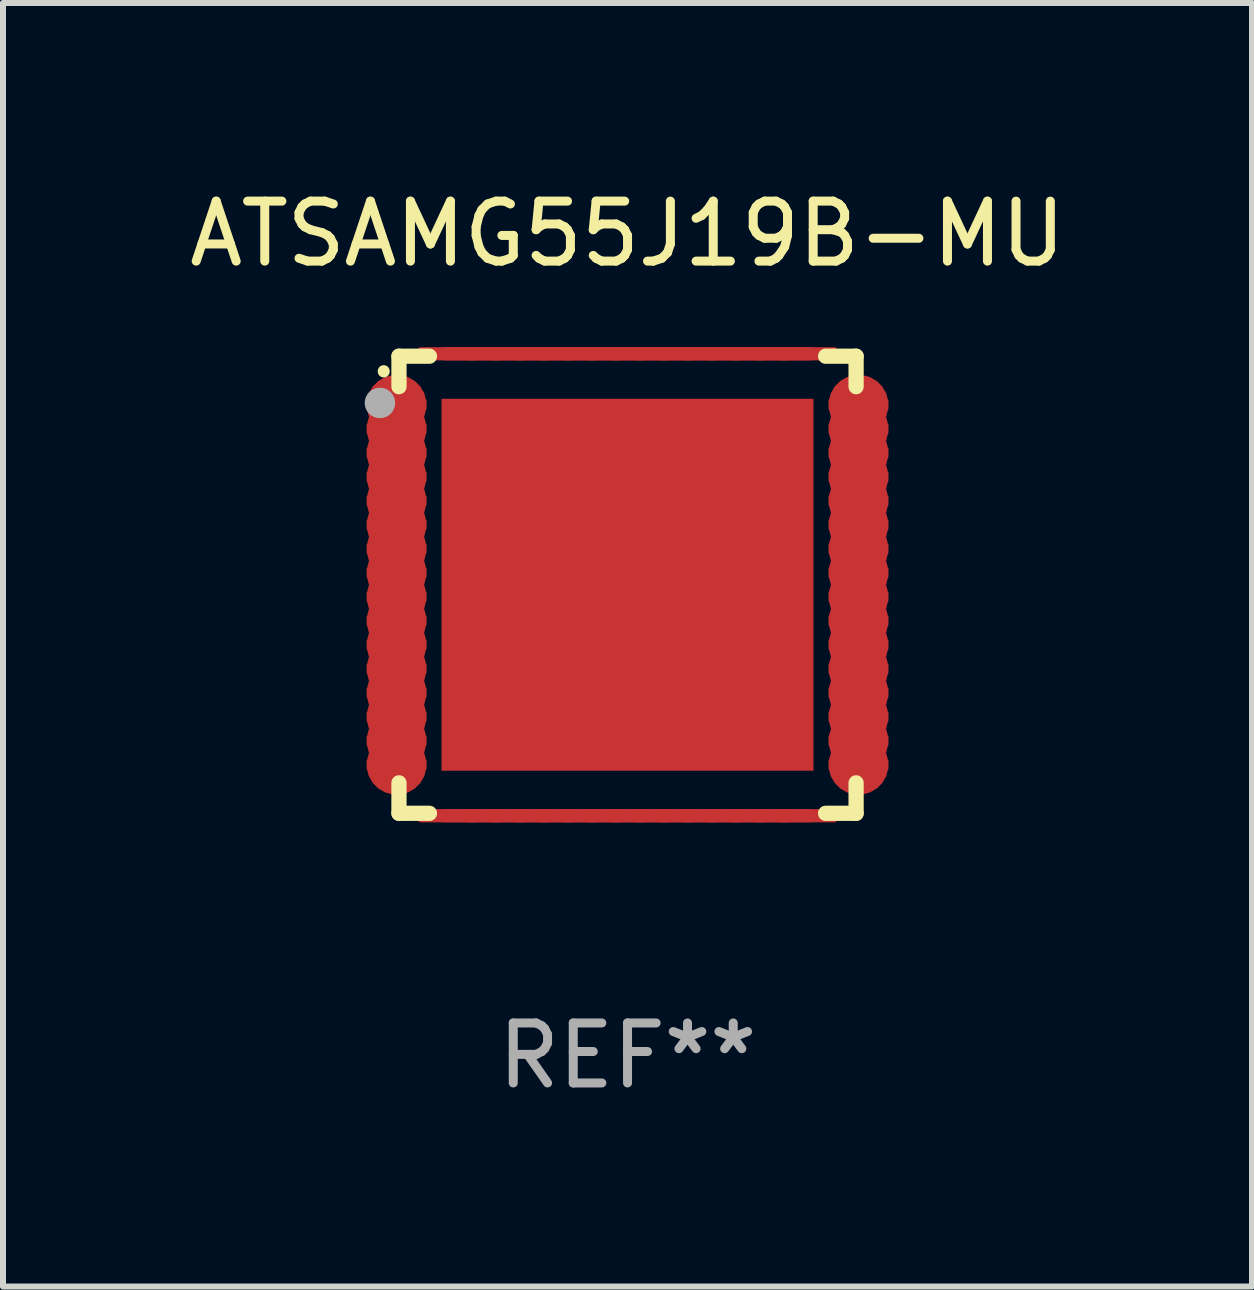
<source format=kicad_pcb>
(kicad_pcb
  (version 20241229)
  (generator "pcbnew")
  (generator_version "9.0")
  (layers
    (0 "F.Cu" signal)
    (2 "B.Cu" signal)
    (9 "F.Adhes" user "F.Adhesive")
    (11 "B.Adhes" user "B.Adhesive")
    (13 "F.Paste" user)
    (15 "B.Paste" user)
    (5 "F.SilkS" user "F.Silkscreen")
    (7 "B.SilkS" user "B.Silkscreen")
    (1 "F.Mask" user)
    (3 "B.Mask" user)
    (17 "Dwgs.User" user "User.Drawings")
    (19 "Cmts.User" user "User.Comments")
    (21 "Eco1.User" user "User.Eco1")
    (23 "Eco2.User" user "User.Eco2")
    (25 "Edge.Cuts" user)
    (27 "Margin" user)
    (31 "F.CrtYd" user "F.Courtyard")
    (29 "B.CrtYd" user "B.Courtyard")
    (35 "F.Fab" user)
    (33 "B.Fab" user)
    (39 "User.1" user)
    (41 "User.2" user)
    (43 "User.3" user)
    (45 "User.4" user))
  (footprint "ATSAMG55J19B-MU"
    (layer "F.Cu")
    (at 7.411 6.698)
    (property "Reference" "ATSAMG55J19B-MU" (at 0 -5.85 0) (layer "F.SilkS") (effects (font (size 1 1) (thickness 0.15))))
    (attr through_hole)
    (fp_line (start -3.81 -3.81) (end -3.81 -3.302) (stroke (width 0.254) (type solid)) (layer "F.SilkS"))
    (fp_line (start -3.81 3.302) (end -3.81 3.81) (stroke (width 0.254) (type solid)) (layer "F.SilkS"))
    (fp_line (start -3.81 3.81) (end -3.302 3.81) (stroke (width 0.254) (type solid)) (layer "F.SilkS"))
    (fp_line (start -3.302 -3.81) (end -3.81 -3.81) (stroke (width 0.254) (type solid)) (layer "F.SilkS"))
    (fp_line (start 3.302 -3.81) (end 3.81 -3.81) (stroke (width 0.254) (type solid)) (layer "F.SilkS"))
    (fp_line (start 3.81 -3.81) (end 3.81 -3.302) (stroke (width 0.254) (type solid)) (layer "F.SilkS"))
    (fp_line (start 3.81 3.302) (end 3.81 3.81) (stroke (width 0.254) (type solid)) (layer "F.SilkS"))
    (fp_line (start 3.81 3.81) (end 3.302 3.81) (stroke (width 0.254) (type solid)) (layer "F.SilkS"))
    (fp_arc (start -4.064008 -3.556007) (mid -4.064084 -3.558229) (end -4.06411 -3.560452) (stroke (width 0.2) (type solid)) (layer "F.SilkS"))
    (fp_circle (center -3.754 -3.759) (end -3.724 -3.759) (stroke (width 0.06) (type solid)) (fill no) (layer "F.SilkS"))
    (fp_circle (center -4.128 -3.031) (end -4.001 -3.031) (stroke (width 0.254) (type solid)) (fill no) (layer "F.Fab"))
    (fp_text user "REF**" (at 0 7.85 0) (layer "F.Fab") (effects (font (size 1 1) (thickness 0.15))))
    (pad "1" smd custom (at -3.85 -3) (size 1 0.22) (layers "F.Cu" "F.Mask" "F.Paste") (options (anchor circle)) (primitives (gr_poly (pts (xy -0.5 -0.055) (xy -0.496 -0.076) (xy -0.484 -0.094) (xy -0.466 -0.106) (xy -0.445 -0.11) (xy 0.445 -0.11) (xy 0.466 -0.106) (xy 0.484 -0.094) (xy 0.496 -0.076) (xy 0.5 -0.055) (xy 0.5 0.055) (xy 0.496 0.076) (xy 0.484 0.094) (xy 0.466 0.106) (xy 0.445 0.11) (xy -0.445 0.11) (xy -0.466 0.106) (xy -0.484 0.094) (xy -0.496 0.076) (xy -0.5 0.055)) (width 0) (fill yes))))
    (pad "2" smd custom (at -3.85 -2.6) (size 1 0.22) (layers "F.Cu" "F.Mask" "F.Paste") (options (anchor circle)) (primitives (gr_poly (pts (xy -0.5 -0.055) (xy -0.496 -0.076) (xy -0.484 -0.094) (xy -0.466 -0.106) (xy -0.445 -0.11) (xy 0.445 -0.11) (xy 0.466 -0.106) (xy 0.484 -0.094) (xy 0.496 -0.076) (xy 0.5 -0.055) (xy 0.5 0.055) (xy 0.496 0.076) (xy 0.484 0.094) (xy 0.466 0.106) (xy 0.445 0.11) (xy -0.445 0.11) (xy -0.466 0.106) (xy -0.484 0.094) (xy -0.496 0.076) (xy -0.5 0.055)) (width 0) (fill yes))))
    (pad "3" smd custom (at -3.85 -2.2) (size 1 0.22) (layers "F.Cu" "F.Mask" "F.Paste") (options (anchor circle)) (primitives (gr_poly (pts (xy -0.5 -0.055) (xy -0.496 -0.076) (xy -0.484 -0.094) (xy -0.466 -0.106) (xy -0.445 -0.11) (xy 0.445 -0.11) (xy 0.466 -0.106) (xy 0.484 -0.094) (xy 0.496 -0.076) (xy 0.5 -0.055) (xy 0.5 0.055) (xy 0.496 0.076) (xy 0.484 0.094) (xy 0.466 0.106) (xy 0.445 0.11) (xy -0.445 0.11) (xy -0.466 0.106) (xy -0.484 0.094) (xy -0.496 0.076) (xy -0.5 0.055)) (width 0) (fill yes))))
    (pad "4" smd custom (at -3.85 -1.8) (size 1 0.22) (layers "F.Cu" "F.Mask" "F.Paste") (options (anchor circle)) (primitives (gr_poly (pts (xy -0.5 -0.055) (xy -0.496 -0.076) (xy -0.484 -0.094) (xy -0.466 -0.106) (xy -0.445 -0.11) (xy 0.445 -0.11) (xy 0.466 -0.106) (xy 0.484 -0.094) (xy 0.496 -0.076) (xy 0.5 -0.055) (xy 0.5 0.055) (xy 0.496 0.076) (xy 0.484 0.094) (xy 0.466 0.106) (xy 0.445 0.11) (xy -0.445 0.11) (xy -0.466 0.106) (xy -0.484 0.094) (xy -0.496 0.076) (xy -0.5 0.055)) (width 0) (fill yes))))
    (pad "5" smd custom (at -3.85 -1.4) (size 1 0.22) (layers "F.Cu" "F.Mask" "F.Paste") (options (anchor circle)) (primitives (gr_poly (pts (xy -0.5 -0.055) (xy -0.496 -0.076) (xy -0.484 -0.094) (xy -0.466 -0.106) (xy -0.445 -0.11) (xy 0.445 -0.11) (xy 0.466 -0.106) (xy 0.484 -0.094) (xy 0.496 -0.076) (xy 0.5 -0.055) (xy 0.5 0.055) (xy 0.496 0.076) (xy 0.484 0.094) (xy 0.466 0.106) (xy 0.445 0.11) (xy -0.445 0.11) (xy -0.466 0.106) (xy -0.484 0.094) (xy -0.496 0.076) (xy -0.5 0.055)) (width 0) (fill yes))))
    (pad "6" smd custom (at -3.85 -1) (size 1 0.22) (layers "F.Cu" "F.Mask" "F.Paste") (options (anchor circle)) (primitives (gr_poly (pts (xy -0.5 -0.055) (xy -0.496 -0.076) (xy -0.484 -0.094) (xy -0.466 -0.106) (xy -0.445 -0.11) (xy 0.445 -0.11) (xy 0.466 -0.106) (xy 0.484 -0.094) (xy 0.496 -0.076) (xy 0.5 -0.055) (xy 0.5 0.055) (xy 0.496 0.076) (xy 0.484 0.094) (xy 0.466 0.106) (xy 0.445 0.11) (xy -0.445 0.11) (xy -0.466 0.106) (xy -0.484 0.094) (xy -0.496 0.076) (xy -0.5 0.055)) (width 0) (fill yes))))
    (pad "7" smd custom (at -3.85 -0.6) (size 1 0.22) (layers "F.Cu" "F.Mask" "F.Paste") (options (anchor circle)) (primitives (gr_poly (pts (xy -0.5 -0.055) (xy -0.496 -0.076) (xy -0.484 -0.094) (xy -0.466 -0.106) (xy -0.445 -0.11) (xy 0.445 -0.11) (xy 0.466 -0.106) (xy 0.484 -0.094) (xy 0.496 -0.076) (xy 0.5 -0.055) (xy 0.5 0.055) (xy 0.496 0.076) (xy 0.484 0.094) (xy 0.466 0.106) (xy 0.445 0.11) (xy -0.445 0.11) (xy -0.466 0.106) (xy -0.484 0.094) (xy -0.496 0.076) (xy -0.5 0.055)) (width 0) (fill yes))))
    (pad "8" smd custom (at -3.85 -0.2) (size 1 0.22) (layers "F.Cu" "F.Mask" "F.Paste") (options (anchor circle)) (primitives (gr_poly (pts (xy -0.5 -0.055) (xy -0.496 -0.076) (xy -0.484 -0.094) (xy -0.466 -0.106) (xy -0.445 -0.11) (xy 0.445 -0.11) (xy 0.466 -0.106) (xy 0.484 -0.094) (xy 0.496 -0.076) (xy 0.5 -0.055) (xy 0.5 0.055) (xy 0.496 0.076) (xy 0.484 0.094) (xy 0.466 0.106) (xy 0.445 0.11) (xy -0.445 0.11) (xy -0.466 0.106) (xy -0.484 0.094) (xy -0.496 0.076) (xy -0.5 0.055)) (width 0) (fill yes))))
    (pad "9" smd custom (at -3.85 0.2) (size 1 0.22) (layers "F.Cu" "F.Mask" "F.Paste") (options (anchor circle)) (primitives (gr_poly (pts (xy -0.5 -0.055) (xy -0.496 -0.076) (xy -0.484 -0.094) (xy -0.466 -0.106) (xy -0.445 -0.11) (xy 0.445 -0.11) (xy 0.466 -0.106) (xy 0.484 -0.094) (xy 0.496 -0.076) (xy 0.5 -0.055) (xy 0.5 0.055) (xy 0.496 0.076) (xy 0.484 0.094) (xy 0.466 0.106) (xy 0.445 0.11) (xy -0.445 0.11) (xy -0.466 0.106) (xy -0.484 0.094) (xy -0.496 0.076) (xy -0.5 0.055)) (width 0) (fill yes))))
    (pad "10" smd custom (at -3.85 0.6) (size 1 0.22) (layers "F.Cu" "F.Mask" "F.Paste") (options (anchor circle)) (primitives (gr_poly (pts (xy -0.5 -0.055) (xy -0.496 -0.076) (xy -0.484 -0.094) (xy -0.466 -0.106) (xy -0.445 -0.11) (xy 0.445 -0.11) (xy 0.466 -0.106) (xy 0.484 -0.094) (xy 0.496 -0.076) (xy 0.5 -0.055) (xy 0.5 0.055) (xy 0.496 0.076) (xy 0.484 0.094) (xy 0.466 0.106) (xy 0.445 0.11) (xy -0.445 0.11) (xy -0.466 0.106) (xy -0.484 0.094) (xy -0.496 0.076) (xy -0.5 0.055)) (width 0) (fill yes))))
    (pad "11" smd custom (at -3.85 1) (size 1 0.22) (layers "F.Cu" "F.Mask" "F.Paste") (options (anchor circle)) (primitives (gr_poly (pts (xy -0.5 -0.055) (xy -0.496 -0.076) (xy -0.484 -0.094) (xy -0.466 -0.106) (xy -0.445 -0.11) (xy 0.445 -0.11) (xy 0.466 -0.106) (xy 0.484 -0.094) (xy 0.496 -0.076) (xy 0.5 -0.055) (xy 0.5 0.055) (xy 0.496 0.076) (xy 0.484 0.094) (xy 0.466 0.106) (xy 0.445 0.11) (xy -0.445 0.11) (xy -0.466 0.106) (xy -0.484 0.094) (xy -0.496 0.076) (xy -0.5 0.055)) (width 0) (fill yes))))
    (pad "12" smd custom (at -3.85 1.4) (size 1 0.22) (layers "F.Cu" "F.Mask" "F.Paste") (options (anchor circle)) (primitives (gr_poly (pts (xy -0.5 -0.055) (xy -0.496 -0.076) (xy -0.484 -0.094) (xy -0.466 -0.106) (xy -0.445 -0.11) (xy 0.445 -0.11) (xy 0.466 -0.106) (xy 0.484 -0.094) (xy 0.496 -0.076) (xy 0.5 -0.055) (xy 0.5 0.055) (xy 0.496 0.076) (xy 0.484 0.094) (xy 0.466 0.106) (xy 0.445 0.11) (xy -0.445 0.11) (xy -0.466 0.106) (xy -0.484 0.094) (xy -0.496 0.076) (xy -0.5 0.055)) (width 0) (fill yes))))
    (pad "13" smd custom (at -3.85 1.8) (size 1 0.22) (layers "F.Cu" "F.Mask" "F.Paste") (options (anchor circle)) (primitives (gr_poly (pts (xy -0.5 -0.055) (xy -0.496 -0.076) (xy -0.484 -0.094) (xy -0.466 -0.106) (xy -0.445 -0.11) (xy 0.445 -0.11) (xy 0.466 -0.106) (xy 0.484 -0.094) (xy 0.496 -0.076) (xy 0.5 -0.055) (xy 0.5 0.055) (xy 0.496 0.076) (xy 0.484 0.094) (xy 0.466 0.106) (xy 0.445 0.11) (xy -0.445 0.11) (xy -0.466 0.106) (xy -0.484 0.094) (xy -0.496 0.076) (xy -0.5 0.055)) (width 0) (fill yes))))
    (pad "14" smd custom (at -3.85 2.2) (size 1 0.22) (layers "F.Cu" "F.Mask" "F.Paste") (options (anchor circle)) (primitives (gr_poly (pts (xy -0.5 -0.055) (xy -0.496 -0.076) (xy -0.484 -0.094) (xy -0.466 -0.106) (xy -0.445 -0.11) (xy 0.445 -0.11) (xy 0.466 -0.106) (xy 0.484 -0.094) (xy 0.496 -0.076) (xy 0.5 -0.055) (xy 0.5 0.055) (xy 0.496 0.076) (xy 0.484 0.094) (xy 0.466 0.106) (xy 0.445 0.11) (xy -0.445 0.11) (xy -0.466 0.106) (xy -0.484 0.094) (xy -0.496 0.076) (xy -0.5 0.055)) (width 0) (fill yes))))
    (pad "15" smd custom (at -3.85 2.6) (size 1 0.22) (layers "F.Cu" "F.Mask" "F.Paste") (options (anchor circle)) (primitives (gr_poly (pts (xy -0.5 -0.055) (xy -0.496 -0.076) (xy -0.484 -0.094) (xy -0.466 -0.106) (xy -0.445 -0.11) (xy 0.445 -0.11) (xy 0.466 -0.106) (xy 0.484 -0.094) (xy 0.496 -0.076) (xy 0.5 -0.055) (xy 0.5 0.055) (xy 0.496 0.076) (xy 0.484 0.094) (xy 0.466 0.106) (xy 0.445 0.11) (xy -0.445 0.11) (xy -0.466 0.106) (xy -0.484 0.094) (xy -0.496 0.076) (xy -0.5 0.055)) (width 0) (fill yes))))
    (pad "16" smd custom (at -3.85 3) (size 1 0.22) (layers "F.Cu" "F.Mask" "F.Paste") (options (anchor circle)) (primitives (gr_poly (pts (xy -0.5 -0.055) (xy -0.496 -0.076) (xy -0.484 -0.094) (xy -0.466 -0.106) (xy -0.445 -0.11) (xy 0.445 -0.11) (xy 0.466 -0.106) (xy 0.484 -0.094) (xy 0.496 -0.076) (xy 0.5 -0.055) (xy 0.5 0.055) (xy 0.496 0.076) (xy 0.484 0.094) (xy 0.466 0.106) (xy 0.445 0.11) (xy -0.445 0.11) (xy -0.466 0.106) (xy -0.484 0.094) (xy -0.496 0.076) (xy -0.5 0.055)) (width 0) (fill yes))))
    (pad "17" smd custom (at -3 3.85 90) (size 0.22 1) (layers "F.Cu" "F.Mask" "F.Paste") (options (anchor circle)) (primitives (gr_poly (pts (xy -0.055 0.5) (xy -0.076 0.496) (xy -0.094 0.484) (xy -0.106 0.466) (xy -0.11 0.445) (xy -0.11 -0.445) (xy -0.106 -0.466) (xy -0.094 -0.484) (xy -0.076 -0.496) (xy -0.055 -0.5) (xy 0.055 -0.5) (xy 0.076 -0.496) (xy 0.094 -0.484) (xy 0.106 -0.466) (xy 0.11 -0.445) (xy 0.11 0.445) (xy 0.106 0.466) (xy 0.094 0.484) (xy 0.076 0.496) (xy 0.055 0.5)) (width 0) (fill yes))))
    (pad "18" smd custom (at -2.6 3.85 90) (size 0.22 1) (layers "F.Cu" "F.Mask" "F.Paste") (options (anchor circle)) (primitives (gr_poly (pts (xy -0.055 0.5) (xy -0.076 0.496) (xy -0.094 0.484) (xy -0.106 0.466) (xy -0.11 0.445) (xy -0.11 -0.445) (xy -0.106 -0.466) (xy -0.094 -0.484) (xy -0.076 -0.496) (xy -0.055 -0.5) (xy 0.055 -0.5) (xy 0.076 -0.496) (xy 0.094 -0.484) (xy 0.106 -0.466) (xy 0.11 -0.445) (xy 0.11 0.445) (xy 0.106 0.466) (xy 0.094 0.484) (xy 0.076 0.496) (xy 0.055 0.5)) (width 0) (fill yes))))
    (pad "19" smd custom (at -2.2 3.85 90) (size 0.22 1) (layers "F.Cu" "F.Mask" "F.Paste") (options (anchor circle)) (primitives (gr_poly (pts (xy -0.055 0.5) (xy -0.076 0.496) (xy -0.094 0.484) (xy -0.106 0.466) (xy -0.11 0.445) (xy -0.11 -0.445) (xy -0.106 -0.466) (xy -0.094 -0.484) (xy -0.076 -0.496) (xy -0.055 -0.5) (xy 0.055 -0.5) (xy 0.076 -0.496) (xy 0.094 -0.484) (xy 0.106 -0.466) (xy 0.11 -0.445) (xy 0.11 0.445) (xy 0.106 0.466) (xy 0.094 0.484) (xy 0.076 0.496) (xy 0.055 0.5)) (width 0) (fill yes))))
    (pad "20" smd custom (at -1.8 3.85 90) (size 0.22 1) (layers "F.Cu" "F.Mask" "F.Paste") (options (anchor circle)) (primitives (gr_poly (pts (xy -0.055 0.5) (xy -0.076 0.496) (xy -0.094 0.484) (xy -0.106 0.466) (xy -0.11 0.445) (xy -0.11 -0.445) (xy -0.106 -0.466) (xy -0.094 -0.484) (xy -0.076 -0.496) (xy -0.055 -0.5) (xy 0.055 -0.5) (xy 0.076 -0.496) (xy 0.094 -0.484) (xy 0.106 -0.466) (xy 0.11 -0.445) (xy 0.11 0.445) (xy 0.106 0.466) (xy 0.094 0.484) (xy 0.076 0.496) (xy 0.055 0.5)) (width 0) (fill yes))))
    (pad "21" smd custom (at -1.4 3.85 90) (size 0.22 1) (layers "F.Cu" "F.Mask" "F.Paste") (options (anchor circle)) (primitives (gr_poly (pts (xy -0.055 0.5) (xy -0.076 0.496) (xy -0.094 0.484) (xy -0.106 0.466) (xy -0.11 0.445) (xy -0.11 -0.445) (xy -0.106 -0.466) (xy -0.094 -0.484) (xy -0.076 -0.496) (xy -0.055 -0.5) (xy 0.055 -0.5) (xy 0.076 -0.496) (xy 0.094 -0.484) (xy 0.106 -0.466) (xy 0.11 -0.445) (xy 0.11 0.445) (xy 0.106 0.466) (xy 0.094 0.484) (xy 0.076 0.496) (xy 0.055 0.5)) (width 0) (fill yes))))
    (pad "22" smd custom (at -1 3.85 90) (size 0.22 1) (layers "F.Cu" "F.Mask" "F.Paste") (options (anchor circle)) (primitives (gr_poly (pts (xy -0.055 0.5) (xy -0.076 0.496) (xy -0.094 0.484) (xy -0.106 0.466) (xy -0.11 0.445) (xy -0.11 -0.445) (xy -0.106 -0.466) (xy -0.094 -0.484) (xy -0.076 -0.496) (xy -0.055 -0.5) (xy 0.055 -0.5) (xy 0.076 -0.496) (xy 0.094 -0.484) (xy 0.106 -0.466) (xy 0.11 -0.445) (xy 0.11 0.445) (xy 0.106 0.466) (xy 0.094 0.484) (xy 0.076 0.496) (xy 0.055 0.5)) (width 0) (fill yes))))
    (pad "23" smd custom (at -0.6 3.85 90) (size 0.22 1) (layers "F.Cu" "F.Mask" "F.Paste") (options (anchor circle)) (primitives (gr_poly (pts (xy -0.055 0.5) (xy -0.076 0.496) (xy -0.094 0.484) (xy -0.106 0.466) (xy -0.11 0.445) (xy -0.11 -0.445) (xy -0.106 -0.466) (xy -0.094 -0.484) (xy -0.076 -0.496) (xy -0.055 -0.5) (xy 0.055 -0.5) (xy 0.076 -0.496) (xy 0.094 -0.484) (xy 0.106 -0.466) (xy 0.11 -0.445) (xy 0.11 0.445) (xy 0.106 0.466) (xy 0.094 0.484) (xy 0.076 0.496) (xy 0.055 0.5)) (width 0) (fill yes))))
    (pad "24" smd custom (at -0.2 3.85 90) (size 0.22 1) (layers "F.Cu" "F.Mask" "F.Paste") (options (anchor circle)) (primitives (gr_poly (pts (xy -0.055 0.5) (xy -0.076 0.496) (xy -0.094 0.484) (xy -0.106 0.466) (xy -0.11 0.445) (xy -0.11 -0.445) (xy -0.106 -0.466) (xy -0.094 -0.484) (xy -0.076 -0.496) (xy -0.055 -0.5) (xy 0.055 -0.5) (xy 0.076 -0.496) (xy 0.094 -0.484) (xy 0.106 -0.466) (xy 0.11 -0.445) (xy 0.11 0.445) (xy 0.106 0.466) (xy 0.094 0.484) (xy 0.076 0.496) (xy 0.055 0.5)) (width 0) (fill yes))))
    (pad "25" smd custom (at 0.2 3.85 90) (size 0.22 1) (layers "F.Cu" "F.Mask" "F.Paste") (options (anchor circle)) (primitives (gr_poly (pts (xy -0.055 0.5) (xy -0.076 0.496) (xy -0.094 0.484) (xy -0.106 0.466) (xy -0.11 0.445) (xy -0.11 -0.445) (xy -0.106 -0.466) (xy -0.094 -0.484) (xy -0.076 -0.496) (xy -0.055 -0.5) (xy 0.055 -0.5) (xy 0.076 -0.496) (xy 0.094 -0.484) (xy 0.106 -0.466) (xy 0.11 -0.445) (xy 0.11 0.445) (xy 0.106 0.466) (xy 0.094 0.484) (xy 0.076 0.496) (xy 0.055 0.5)) (width 0) (fill yes))))
    (pad "26" smd custom (at 0.6 3.85 90) (size 0.22 1) (layers "F.Cu" "F.Mask" "F.Paste") (options (anchor circle)) (primitives (gr_poly (pts (xy -0.055 0.5) (xy -0.076 0.496) (xy -0.094 0.484) (xy -0.106 0.466) (xy -0.11 0.445) (xy -0.11 -0.445) (xy -0.106 -0.466) (xy -0.094 -0.484) (xy -0.076 -0.496) (xy -0.055 -0.5) (xy 0.055 -0.5) (xy 0.076 -0.496) (xy 0.094 -0.484) (xy 0.106 -0.466) (xy 0.11 -0.445) (xy 0.11 0.445) (xy 0.106 0.466) (xy 0.094 0.484) (xy 0.076 0.496) (xy 0.055 0.5)) (width 0) (fill yes))))
    (pad "27" smd custom (at 1 3.85 90) (size 0.22 1) (layers "F.Cu" "F.Mask" "F.Paste") (options (anchor circle)) (primitives (gr_poly (pts (xy -0.055 0.5) (xy -0.076 0.496) (xy -0.094 0.484) (xy -0.106 0.466) (xy -0.11 0.445) (xy -0.11 -0.445) (xy -0.106 -0.466) (xy -0.094 -0.484) (xy -0.076 -0.496) (xy -0.055 -0.5) (xy 0.055 -0.5) (xy 0.076 -0.496) (xy 0.094 -0.484) (xy 0.106 -0.466) (xy 0.11 -0.445) (xy 0.11 0.445) (xy 0.106 0.466) (xy 0.094 0.484) (xy 0.076 0.496) (xy 0.055 0.5)) (width 0) (fill yes))))
    (pad "28" smd custom (at 1.4 3.85 90) (size 0.22 1) (layers "F.Cu" "F.Mask" "F.Paste") (options (anchor circle)) (primitives (gr_poly (pts (xy -0.055 0.5) (xy -0.076 0.496) (xy -0.094 0.484) (xy -0.106 0.466) (xy -0.11 0.445) (xy -0.11 -0.445) (xy -0.106 -0.466) (xy -0.094 -0.484) (xy -0.076 -0.496) (xy -0.055 -0.5) (xy 0.055 -0.5) (xy 0.076 -0.496) (xy 0.094 -0.484) (xy 0.106 -0.466) (xy 0.11 -0.445) (xy 0.11 0.445) (xy 0.106 0.466) (xy 0.094 0.484) (xy 0.076 0.496) (xy 0.055 0.5)) (width 0) (fill yes))))
    (pad "29" smd custom (at 1.8 3.85 90) (size 0.22 1) (layers "F.Cu" "F.Mask" "F.Paste") (options (anchor circle)) (primitives (gr_poly (pts (xy -0.055 0.5) (xy -0.076 0.496) (xy -0.094 0.484) (xy -0.106 0.466) (xy -0.11 0.445) (xy -0.11 -0.445) (xy -0.106 -0.466) (xy -0.094 -0.484) (xy -0.076 -0.496) (xy -0.055 -0.5) (xy 0.055 -0.5) (xy 0.076 -0.496) (xy 0.094 -0.484) (xy 0.106 -0.466) (xy 0.11 -0.445) (xy 0.11 0.445) (xy 0.106 0.466) (xy 0.094 0.484) (xy 0.076 0.496) (xy 0.055 0.5)) (width 0) (fill yes))))
    (pad "30" smd custom (at 2.2 3.85 90) (size 0.22 1) (layers "F.Cu" "F.Mask" "F.Paste") (options (anchor circle)) (primitives (gr_poly (pts (xy -0.055 0.5) (xy -0.076 0.496) (xy -0.094 0.484) (xy -0.106 0.466) (xy -0.11 0.445) (xy -0.11 -0.445) (xy -0.106 -0.466) (xy -0.094 -0.484) (xy -0.076 -0.496) (xy -0.055 -0.5) (xy 0.055 -0.5) (xy 0.076 -0.496) (xy 0.094 -0.484) (xy 0.106 -0.466) (xy 0.11 -0.445) (xy 0.11 0.445) (xy 0.106 0.466) (xy 0.094 0.484) (xy 0.076 0.496) (xy 0.055 0.5)) (width 0) (fill yes))))
    (pad "31" smd custom (at 2.6 3.85 90) (size 0.22 1) (layers "F.Cu" "F.Mask" "F.Paste") (options (anchor circle)) (primitives (gr_poly (pts (xy -0.055 0.5) (xy -0.076 0.496) (xy -0.094 0.484) (xy -0.106 0.466) (xy -0.11 0.445) (xy -0.11 -0.445) (xy -0.106 -0.466) (xy -0.094 -0.484) (xy -0.076 -0.496) (xy -0.055 -0.5) (xy 0.055 -0.5) (xy 0.076 -0.496) (xy 0.094 -0.484) (xy 0.106 -0.466) (xy 0.11 -0.445) (xy 0.11 0.445) (xy 0.106 0.466) (xy 0.094 0.484) (xy 0.076 0.496) (xy 0.055 0.5)) (width 0) (fill yes))))
    (pad "32" smd custom (at 3 3.85 90) (size 0.22 1) (layers "F.Cu" "F.Mask" "F.Paste") (options (anchor circle)) (primitives (gr_poly (pts (xy -0.055 0.5) (xy -0.076 0.496) (xy -0.094 0.484) (xy -0.106 0.466) (xy -0.11 0.445) (xy -0.11 -0.445) (xy -0.106 -0.466) (xy -0.094 -0.484) (xy -0.076 -0.496) (xy -0.055 -0.5) (xy 0.055 -0.5) (xy 0.076 -0.496) (xy 0.094 -0.484) (xy 0.106 -0.466) (xy 0.11 -0.445) (xy 0.11 0.445) (xy 0.106 0.466) (xy 0.094 0.484) (xy 0.076 0.496) (xy 0.055 0.5)) (width 0) (fill yes))))
    (pad "33" smd custom (at 3.85 3) (size 1 0.22) (layers "F.Cu" "F.Mask" "F.Paste") (options (anchor circle)) (primitives (gr_poly (pts (xy -0.5 -0.055) (xy -0.496 -0.076) (xy -0.484 -0.094) (xy -0.466 -0.106) (xy -0.445 -0.11) (xy 0.445 -0.11) (xy 0.466 -0.106) (xy 0.484 -0.094) (xy 0.496 -0.076) (xy 0.5 -0.055) (xy 0.5 0.055) (xy 0.496 0.076) (xy 0.484 0.094) (xy 0.466 0.106) (xy 0.445 0.11) (xy -0.445 0.11) (xy -0.466 0.106) (xy -0.484 0.094) (xy -0.496 0.076) (xy -0.5 0.055)) (width 0) (fill yes))))
    (pad "34" smd custom (at 3.85 2.6) (size 1 0.22) (layers "F.Cu" "F.Mask" "F.Paste") (options (anchor circle)) (primitives (gr_poly (pts (xy -0.5 -0.055) (xy -0.496 -0.076) (xy -0.484 -0.094) (xy -0.466 -0.106) (xy -0.445 -0.11) (xy 0.445 -0.11) (xy 0.466 -0.106) (xy 0.484 -0.094) (xy 0.496 -0.076) (xy 0.5 -0.055) (xy 0.5 0.055) (xy 0.496 0.076) (xy 0.484 0.094) (xy 0.466 0.106) (xy 0.445 0.11) (xy -0.445 0.11) (xy -0.466 0.106) (xy -0.484 0.094) (xy -0.496 0.076) (xy -0.5 0.055)) (width 0) (fill yes))))
    (pad "35" smd custom (at 3.85 2.2) (size 1 0.22) (layers "F.Cu" "F.Mask" "F.Paste") (options (anchor circle)) (primitives (gr_poly (pts (xy -0.5 -0.055) (xy -0.496 -0.076) (xy -0.484 -0.094) (xy -0.466 -0.106) (xy -0.445 -0.11) (xy 0.445 -0.11) (xy 0.466 -0.106) (xy 0.484 -0.094) (xy 0.496 -0.076) (xy 0.5 -0.055) (xy 0.5 0.055) (xy 0.496 0.076) (xy 0.484 0.094) (xy 0.466 0.106) (xy 0.445 0.11) (xy -0.445 0.11) (xy -0.466 0.106) (xy -0.484 0.094) (xy -0.496 0.076) (xy -0.5 0.055)) (width 0) (fill yes))))
    (pad "36" smd custom (at 3.85 1.8) (size 1 0.22) (layers "F.Cu" "F.Mask" "F.Paste") (options (anchor circle)) (primitives (gr_poly (pts (xy -0.5 -0.055) (xy -0.496 -0.076) (xy -0.484 -0.094) (xy -0.466 -0.106) (xy -0.445 -0.11) (xy 0.445 -0.11) (xy 0.466 -0.106) (xy 0.484 -0.094) (xy 0.496 -0.076) (xy 0.5 -0.055) (xy 0.5 0.055) (xy 0.496 0.076) (xy 0.484 0.094) (xy 0.466 0.106) (xy 0.445 0.11) (xy -0.445 0.11) (xy -0.466 0.106) (xy -0.484 0.094) (xy -0.496 0.076) (xy -0.5 0.055)) (width 0) (fill yes))))
    (pad "37" smd custom (at 3.85 1.4) (size 1 0.22) (layers "F.Cu" "F.Mask" "F.Paste") (options (anchor circle)) (primitives (gr_poly (pts (xy -0.5 -0.055) (xy -0.496 -0.076) (xy -0.484 -0.094) (xy -0.466 -0.106) (xy -0.445 -0.11) (xy 0.445 -0.11) (xy 0.466 -0.106) (xy 0.484 -0.094) (xy 0.496 -0.076) (xy 0.5 -0.055) (xy 0.5 0.055) (xy 0.496 0.076) (xy 0.484 0.094) (xy 0.466 0.106) (xy 0.445 0.11) (xy -0.445 0.11) (xy -0.466 0.106) (xy -0.484 0.094) (xy -0.496 0.076) (xy -0.5 0.055)) (width 0) (fill yes))))
    (pad "38" smd custom (at 3.85 1) (size 1 0.22) (layers "F.Cu" "F.Mask" "F.Paste") (options (anchor circle)) (primitives (gr_poly (pts (xy -0.5 -0.055) (xy -0.496 -0.076) (xy -0.484 -0.094) (xy -0.466 -0.106) (xy -0.445 -0.11) (xy 0.445 -0.11) (xy 0.466 -0.106) (xy 0.484 -0.094) (xy 0.496 -0.076) (xy 0.5 -0.055) (xy 0.5 0.055) (xy 0.496 0.076) (xy 0.484 0.094) (xy 0.466 0.106) (xy 0.445 0.11) (xy -0.445 0.11) (xy -0.466 0.106) (xy -0.484 0.094) (xy -0.496 0.076) (xy -0.5 0.055)) (width 0) (fill yes))))
    (pad "39" smd custom (at 3.85 0.6) (size 1 0.22) (layers "F.Cu" "F.Mask" "F.Paste") (options (anchor circle)) (primitives (gr_poly (pts (xy -0.5 -0.055) (xy -0.496 -0.076) (xy -0.484 -0.094) (xy -0.466 -0.106) (xy -0.445 -0.11) (xy 0.445 -0.11) (xy 0.466 -0.106) (xy 0.484 -0.094) (xy 0.496 -0.076) (xy 0.5 -0.055) (xy 0.5 0.055) (xy 0.496 0.076) (xy 0.484 0.094) (xy 0.466 0.106) (xy 0.445 0.11) (xy -0.445 0.11) (xy -0.466 0.106) (xy -0.484 0.094) (xy -0.496 0.076) (xy -0.5 0.055)) (width 0) (fill yes))))
    (pad "40" smd custom (at 3.85 0.2) (size 1 0.22) (layers "F.Cu" "F.Mask" "F.Paste") (options (anchor circle)) (primitives (gr_poly (pts (xy -0.5 -0.055) (xy -0.496 -0.076) (xy -0.484 -0.094) (xy -0.466 -0.106) (xy -0.445 -0.11) (xy 0.445 -0.11) (xy 0.466 -0.106) (xy 0.484 -0.094) (xy 0.496 -0.076) (xy 0.5 -0.055) (xy 0.5 0.055) (xy 0.496 0.076) (xy 0.484 0.094) (xy 0.466 0.106) (xy 0.445 0.11) (xy -0.445 0.11) (xy -0.466 0.106) (xy -0.484 0.094) (xy -0.496 0.076) (xy -0.5 0.055)) (width 0) (fill yes))))
    (pad "41" smd custom (at 3.85 -0.2) (size 1 0.22) (layers "F.Cu" "F.Mask" "F.Paste") (options (anchor circle)) (primitives (gr_poly (pts (xy -0.5 -0.055) (xy -0.496 -0.076) (xy -0.484 -0.094) (xy -0.466 -0.106) (xy -0.445 -0.11) (xy 0.445 -0.11) (xy 0.466 -0.106) (xy 0.484 -0.094) (xy 0.496 -0.076) (xy 0.5 -0.055) (xy 0.5 0.055) (xy 0.496 0.076) (xy 0.484 0.094) (xy 0.466 0.106) (xy 0.445 0.11) (xy -0.445 0.11) (xy -0.466 0.106) (xy -0.484 0.094) (xy -0.496 0.076) (xy -0.5 0.055)) (width 0) (fill yes))))
    (pad "42" smd custom (at 3.85 -0.6) (size 1 0.22) (layers "F.Cu" "F.Mask" "F.Paste") (options (anchor circle)) (primitives (gr_poly (pts (xy -0.5 -0.055) (xy -0.496 -0.076) (xy -0.484 -0.094) (xy -0.466 -0.106) (xy -0.445 -0.11) (xy 0.445 -0.11) (xy 0.466 -0.106) (xy 0.484 -0.094) (xy 0.496 -0.076) (xy 0.5 -0.055) (xy 0.5 0.055) (xy 0.496 0.076) (xy 0.484 0.094) (xy 0.466 0.106) (xy 0.445 0.11) (xy -0.445 0.11) (xy -0.466 0.106) (xy -0.484 0.094) (xy -0.496 0.076) (xy -0.5 0.055)) (width 0) (fill yes))))
    (pad "43" smd custom (at 3.85 -1) (size 1 0.22) (layers "F.Cu" "F.Mask" "F.Paste") (options (anchor circle)) (primitives (gr_poly (pts (xy -0.5 -0.055) (xy -0.496 -0.076) (xy -0.484 -0.094) (xy -0.466 -0.106) (xy -0.445 -0.11) (xy 0.445 -0.11) (xy 0.466 -0.106) (xy 0.484 -0.094) (xy 0.496 -0.076) (xy 0.5 -0.055) (xy 0.5 0.055) (xy 0.496 0.076) (xy 0.484 0.094) (xy 0.466 0.106) (xy 0.445 0.11) (xy -0.445 0.11) (xy -0.466 0.106) (xy -0.484 0.094) (xy -0.496 0.076) (xy -0.5 0.055)) (width 0) (fill yes))))
    (pad "44" smd custom (at 3.85 -1.4) (size 1 0.22) (layers "F.Cu" "F.Mask" "F.Paste") (options (anchor circle)) (primitives (gr_poly (pts (xy -0.5 -0.055) (xy -0.496 -0.076) (xy -0.484 -0.094) (xy -0.466 -0.106) (xy -0.445 -0.11) (xy 0.445 -0.11) (xy 0.466 -0.106) (xy 0.484 -0.094) (xy 0.496 -0.076) (xy 0.5 -0.055) (xy 0.5 0.055) (xy 0.496 0.076) (xy 0.484 0.094) (xy 0.466 0.106) (xy 0.445 0.11) (xy -0.445 0.11) (xy -0.466 0.106) (xy -0.484 0.094) (xy -0.496 0.076) (xy -0.5 0.055)) (width 0) (fill yes))))
    (pad "45" smd custom (at 3.85 -1.8) (size 1 0.22) (layers "F.Cu" "F.Mask" "F.Paste") (options (anchor circle)) (primitives (gr_poly (pts (xy -0.5 -0.055) (xy -0.496 -0.076) (xy -0.484 -0.094) (xy -0.466 -0.106) (xy -0.445 -0.11) (xy 0.445 -0.11) (xy 0.466 -0.106) (xy 0.484 -0.094) (xy 0.496 -0.076) (xy 0.5 -0.055) (xy 0.5 0.055) (xy 0.496 0.076) (xy 0.484 0.094) (xy 0.466 0.106) (xy 0.445 0.11) (xy -0.445 0.11) (xy -0.466 0.106) (xy -0.484 0.094) (xy -0.496 0.076) (xy -0.5 0.055)) (width 0) (fill yes))))
    (pad "46" smd custom (at 3.85 -2.2) (size 1 0.22) (layers "F.Cu" "F.Mask" "F.Paste") (options (anchor circle)) (primitives (gr_poly (pts (xy -0.5 -0.055) (xy -0.496 -0.076) (xy -0.484 -0.094) (xy -0.466 -0.106) (xy -0.445 -0.11) (xy 0.445 -0.11) (xy 0.466 -0.106) (xy 0.484 -0.094) (xy 0.496 -0.076) (xy 0.5 -0.055) (xy 0.5 0.055) (xy 0.496 0.076) (xy 0.484 0.094) (xy 0.466 0.106) (xy 0.445 0.11) (xy -0.445 0.11) (xy -0.466 0.106) (xy -0.484 0.094) (xy -0.496 0.076) (xy -0.5 0.055)) (width 0) (fill yes))))
    (pad "47" smd custom (at 3.85 -2.6) (size 1 0.22) (layers "F.Cu" "F.Mask" "F.Paste") (options (anchor circle)) (primitives (gr_poly (pts (xy -0.5 -0.055) (xy -0.496 -0.076) (xy -0.484 -0.094) (xy -0.466 -0.106) (xy -0.445 -0.11) (xy 0.445 -0.11) (xy 0.466 -0.106) (xy 0.484 -0.094) (xy 0.496 -0.076) (xy 0.5 -0.055) (xy 0.5 0.055) (xy 0.496 0.076) (xy 0.484 0.094) (xy 0.466 0.106) (xy 0.445 0.11) (xy -0.445 0.11) (xy -0.466 0.106) (xy -0.484 0.094) (xy -0.496 0.076) (xy -0.5 0.055)) (width 0) (fill yes))))
    (pad "48" smd custom (at 3.85 -3) (size 1 0.22) (layers "F.Cu" "F.Mask" "F.Paste") (options (anchor circle)) (primitives (gr_poly (pts (xy -0.5 -0.055) (xy -0.496 -0.076) (xy -0.484 -0.094) (xy -0.466 -0.106) (xy -0.445 -0.11) (xy 0.445 -0.11) (xy 0.466 -0.106) (xy 0.484 -0.094) (xy 0.496 -0.076) (xy 0.5 -0.055) (xy 0.5 0.055) (xy 0.496 0.076) (xy 0.484 0.094) (xy 0.466 0.106) (xy 0.445 0.11) (xy -0.445 0.11) (xy -0.466 0.106) (xy -0.484 0.094) (xy -0.496 0.076) (xy -0.5 0.055)) (width 0) (fill yes))))
    (pad "49" smd custom (at 3 -3.85 90) (size 0.22 1) (layers "F.Cu" "F.Mask" "F.Paste") (options (anchor circle)) (primitives (gr_poly (pts (xy -0.055 0.5) (xy -0.076 0.496) (xy -0.094 0.484) (xy -0.106 0.466) (xy -0.11 0.445) (xy -0.11 -0.445) (xy -0.106 -0.466) (xy -0.094 -0.484) (xy -0.076 -0.496) (xy -0.055 -0.5) (xy 0.055 -0.5) (xy 0.076 -0.496) (xy 0.094 -0.484) (xy 0.106 -0.466) (xy 0.11 -0.445) (xy 0.11 0.445) (xy 0.106 0.466) (xy 0.094 0.484) (xy 0.076 0.496) (xy 0.055 0.5)) (width 0) (fill yes))))
    (pad "50" smd custom (at 2.6 -3.85 90) (size 0.22 1) (layers "F.Cu" "F.Mask" "F.Paste") (options (anchor circle)) (primitives (gr_poly (pts (xy -0.055 0.5) (xy -0.076 0.496) (xy -0.094 0.484) (xy -0.106 0.466) (xy -0.11 0.445) (xy -0.11 -0.445) (xy -0.106 -0.466) (xy -0.094 -0.484) (xy -0.076 -0.496) (xy -0.055 -0.5) (xy 0.055 -0.5) (xy 0.076 -0.496) (xy 0.094 -0.484) (xy 0.106 -0.466) (xy 0.11 -0.445) (xy 0.11 0.445) (xy 0.106 0.466) (xy 0.094 0.484) (xy 0.076 0.496) (xy 0.055 0.5)) (width 0) (fill yes))))
    (pad "51" smd custom (at 2.2 -3.85 90) (size 0.22 1) (layers "F.Cu" "F.Mask" "F.Paste") (options (anchor circle)) (primitives (gr_poly (pts (xy -0.055 0.5) (xy -0.076 0.496) (xy -0.094 0.484) (xy -0.106 0.466) (xy -0.11 0.445) (xy -0.11 -0.445) (xy -0.106 -0.466) (xy -0.094 -0.484) (xy -0.076 -0.496) (xy -0.055 -0.5) (xy 0.055 -0.5) (xy 0.076 -0.496) (xy 0.094 -0.484) (xy 0.106 -0.466) (xy 0.11 -0.445) (xy 0.11 0.445) (xy 0.106 0.466) (xy 0.094 0.484) (xy 0.076 0.496) (xy 0.055 0.5)) (width 0) (fill yes))))
    (pad "52" smd custom (at 1.8 -3.85 90) (size 0.22 1) (layers "F.Cu" "F.Mask" "F.Paste") (options (anchor circle)) (primitives (gr_poly (pts (xy -0.055 0.5) (xy -0.076 0.496) (xy -0.094 0.484) (xy -0.106 0.466) (xy -0.11 0.445) (xy -0.11 -0.445) (xy -0.106 -0.466) (xy -0.094 -0.484) (xy -0.076 -0.496) (xy -0.055 -0.5) (xy 0.055 -0.5) (xy 0.076 -0.496) (xy 0.094 -0.484) (xy 0.106 -0.466) (xy 0.11 -0.445) (xy 0.11 0.445) (xy 0.106 0.466) (xy 0.094 0.484) (xy 0.076 0.496) (xy 0.055 0.5)) (width 0) (fill yes))))
    (pad "53" smd custom (at 1.4 -3.85 90) (size 0.22 1) (layers "F.Cu" "F.Mask" "F.Paste") (options (anchor circle)) (primitives (gr_poly (pts (xy -0.055 0.5) (xy -0.076 0.496) (xy -0.094 0.484) (xy -0.106 0.466) (xy -0.11 0.445) (xy -0.11 -0.445) (xy -0.106 -0.466) (xy -0.094 -0.484) (xy -0.076 -0.496) (xy -0.055 -0.5) (xy 0.055 -0.5) (xy 0.076 -0.496) (xy 0.094 -0.484) (xy 0.106 -0.466) (xy 0.11 -0.445) (xy 0.11 0.445) (xy 0.106 0.466) (xy 0.094 0.484) (xy 0.076 0.496) (xy 0.055 0.5)) (width 0) (fill yes))))
    (pad "54" smd custom (at 1 -3.85 90) (size 0.22 1) (layers "F.Cu" "F.Mask" "F.Paste") (options (anchor circle)) (primitives (gr_poly (pts (xy -0.055 0.5) (xy -0.076 0.496) (xy -0.094 0.484) (xy -0.106 0.466) (xy -0.11 0.445) (xy -0.11 -0.445) (xy -0.106 -0.466) (xy -0.094 -0.484) (xy -0.076 -0.496) (xy -0.055 -0.5) (xy 0.055 -0.5) (xy 0.076 -0.496) (xy 0.094 -0.484) (xy 0.106 -0.466) (xy 0.11 -0.445) (xy 0.11 0.445) (xy 0.106 0.466) (xy 0.094 0.484) (xy 0.076 0.496) (xy 0.055 0.5)) (width 0) (fill yes))))
    (pad "55" smd custom (at 0.6 -3.85 90) (size 0.22 1) (layers "F.Cu" "F.Mask" "F.Paste") (options (anchor circle)) (primitives (gr_poly (pts (xy -0.055 0.5) (xy -0.076 0.496) (xy -0.094 0.484) (xy -0.106 0.466) (xy -0.11 0.445) (xy -0.11 -0.445) (xy -0.106 -0.466) (xy -0.094 -0.484) (xy -0.076 -0.496) (xy -0.055 -0.5) (xy 0.055 -0.5) (xy 0.076 -0.496) (xy 0.094 -0.484) (xy 0.106 -0.466) (xy 0.11 -0.445) (xy 0.11 0.445) (xy 0.106 0.466) (xy 0.094 0.484) (xy 0.076 0.496) (xy 0.055 0.5)) (width 0) (fill yes))))
    (pad "56" smd custom (at 0.2 -3.85 90) (size 0.22 1) (layers "F.Cu" "F.Mask" "F.Paste") (options (anchor circle)) (primitives (gr_poly (pts (xy -0.055 0.5) (xy -0.076 0.496) (xy -0.094 0.484) (xy -0.106 0.466) (xy -0.11 0.445) (xy -0.11 -0.445) (xy -0.106 -0.466) (xy -0.094 -0.484) (xy -0.076 -0.496) (xy -0.055 -0.5) (xy 0.055 -0.5) (xy 0.076 -0.496) (xy 0.094 -0.484) (xy 0.106 -0.466) (xy 0.11 -0.445) (xy 0.11 0.445) (xy 0.106 0.466) (xy 0.094 0.484) (xy 0.076 0.496) (xy 0.055 0.5)) (width 0) (fill yes))))
    (pad "57" smd custom (at -0.2 -3.85 90) (size 0.22 1) (layers "F.Cu" "F.Mask" "F.Paste") (options (anchor circle)) (primitives (gr_poly (pts (xy -0.055 0.5) (xy -0.076 0.496) (xy -0.094 0.484) (xy -0.106 0.466) (xy -0.11 0.445) (xy -0.11 -0.445) (xy -0.106 -0.466) (xy -0.094 -0.484) (xy -0.076 -0.496) (xy -0.055 -0.5) (xy 0.055 -0.5) (xy 0.076 -0.496) (xy 0.094 -0.484) (xy 0.106 -0.466) (xy 0.11 -0.445) (xy 0.11 0.445) (xy 0.106 0.466) (xy 0.094 0.484) (xy 0.076 0.496) (xy 0.055 0.5)) (width 0) (fill yes))))
    (pad "58" smd custom (at -0.6 -3.85 90) (size 0.22 1) (layers "F.Cu" "F.Mask" "F.Paste") (options (anchor circle)) (primitives (gr_poly (pts (xy -0.055 0.5) (xy -0.076 0.496) (xy -0.094 0.484) (xy -0.106 0.466) (xy -0.11 0.445) (xy -0.11 -0.445) (xy -0.106 -0.466) (xy -0.094 -0.484) (xy -0.076 -0.496) (xy -0.055 -0.5) (xy 0.055 -0.5) (xy 0.076 -0.496) (xy 0.094 -0.484) (xy 0.106 -0.466) (xy 0.11 -0.445) (xy 0.11 0.445) (xy 0.106 0.466) (xy 0.094 0.484) (xy 0.076 0.496) (xy 0.055 0.5)) (width 0) (fill yes))))
    (pad "59" smd custom (at -1 -3.85 90) (size 0.22 1) (layers "F.Cu" "F.Mask" "F.Paste") (options (anchor circle)) (primitives (gr_poly (pts (xy -0.055 0.5) (xy -0.076 0.496) (xy -0.094 0.484) (xy -0.106 0.466) (xy -0.11 0.445) (xy -0.11 -0.445) (xy -0.106 -0.466) (xy -0.094 -0.484) (xy -0.076 -0.496) (xy -0.055 -0.5) (xy 0.055 -0.5) (xy 0.076 -0.496) (xy 0.094 -0.484) (xy 0.106 -0.466) (xy 0.11 -0.445) (xy 0.11 0.445) (xy 0.106 0.466) (xy 0.094 0.484) (xy 0.076 0.496) (xy 0.055 0.5)) (width 0) (fill yes))))
    (pad "60" smd custom (at -1.4 -3.85 90) (size 0.22 1) (layers "F.Cu" "F.Mask" "F.Paste") (options (anchor circle)) (primitives (gr_poly (pts (xy -0.055 0.5) (xy -0.076 0.496) (xy -0.094 0.484) (xy -0.106 0.466) (xy -0.11 0.445) (xy -0.11 -0.445) (xy -0.106 -0.466) (xy -0.094 -0.484) (xy -0.076 -0.496) (xy -0.055 -0.5) (xy 0.055 -0.5) (xy 0.076 -0.496) (xy 0.094 -0.484) (xy 0.106 -0.466) (xy 0.11 -0.445) (xy 0.11 0.445) (xy 0.106 0.466) (xy 0.094 0.484) (xy 0.076 0.496) (xy 0.055 0.5)) (width 0) (fill yes))))
    (pad "61" smd custom (at -1.8 -3.85 90) (size 0.22 1) (layers "F.Cu" "F.Mask" "F.Paste") (options (anchor circle)) (primitives (gr_poly (pts (xy -0.055 0.5) (xy -0.076 0.496) (xy -0.094 0.484) (xy -0.106 0.466) (xy -0.11 0.445) (xy -0.11 -0.445) (xy -0.106 -0.466) (xy -0.094 -0.484) (xy -0.076 -0.496) (xy -0.055 -0.5) (xy 0.055 -0.5) (xy 0.076 -0.496) (xy 0.094 -0.484) (xy 0.106 -0.466) (xy 0.11 -0.445) (xy 0.11 0.445) (xy 0.106 0.466) (xy 0.094 0.484) (xy 0.076 0.496) (xy 0.055 0.5)) (width 0) (fill yes))))
    (pad "62" smd custom (at -2.2 -3.85 90) (size 0.22 1) (layers "F.Cu" "F.Mask" "F.Paste") (options (anchor circle)) (primitives (gr_poly (pts (xy -0.055 0.5) (xy -0.076 0.496) (xy -0.094 0.484) (xy -0.106 0.466) (xy -0.11 0.445) (xy -0.11 -0.445) (xy -0.106 -0.466) (xy -0.094 -0.484) (xy -0.076 -0.496) (xy -0.055 -0.5) (xy 0.055 -0.5) (xy 0.076 -0.496) (xy 0.094 -0.484) (xy 0.106 -0.466) (xy 0.11 -0.445) (xy 0.11 0.445) (xy 0.106 0.466) (xy 0.094 0.484) (xy 0.076 0.496) (xy 0.055 0.5)) (width 0) (fill yes))))
    (pad "63" smd custom (at -2.6 -3.85 90) (size 0.22 1) (layers "F.Cu" "F.Mask" "F.Paste") (options (anchor circle)) (primitives (gr_poly (pts (xy -0.055 0.5) (xy -0.076 0.496) (xy -0.094 0.484) (xy -0.106 0.466) (xy -0.11 0.445) (xy -0.11 -0.445) (xy -0.106 -0.466) (xy -0.094 -0.484) (xy -0.076 -0.496) (xy -0.055 -0.5) (xy 0.055 -0.5) (xy 0.076 -0.496) (xy 0.094 -0.484) (xy 0.106 -0.466) (xy 0.11 -0.445) (xy 0.11 0.445) (xy 0.106 0.466) (xy 0.094 0.484) (xy 0.076 0.496) (xy 0.055 0.5)) (width 0) (fill yes))))
    (pad "64" smd custom (at -3 -3.85 90) (size 0.22 1) (layers "F.Cu" "F.Mask" "F.Paste") (options (anchor circle)) (primitives (gr_poly (pts (xy -0.055 0.5) (xy -0.076 0.496) (xy -0.094 0.484) (xy -0.106 0.466) (xy -0.11 0.445) (xy -0.11 -0.445) (xy -0.106 -0.466) (xy -0.094 -0.484) (xy -0.076 -0.496) (xy -0.055 -0.5) (xy 0.055 -0.5) (xy 0.076 -0.496) (xy 0.094 -0.484) (xy 0.106 -0.466) (xy 0.11 -0.445) (xy 0.11 0.445) (xy 0.106 0.466) (xy 0.094 0.484) (xy 0.076 0.496) (xy 0.055 0.5)) (width 0) (fill yes))))
    (pad "65" smd rect (at 0 0) (size 6.2 6.2) (layers "F.Cu" "F.Mask" "F.Paste")))
  (gr_rect
    (start -3 -3)
    (end 17.821 18.396)
    (stroke (width 0.1) (type default))
    (fill no)
    (layer "Edge.Cuts")))
</source>
